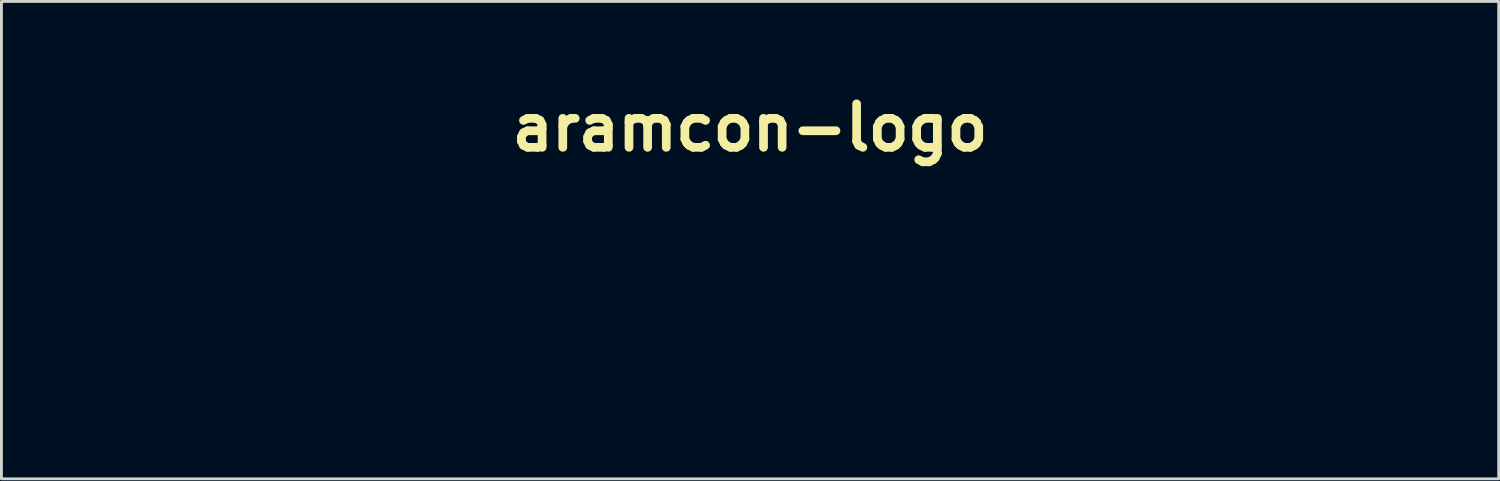
<source format=kicad_pcb>
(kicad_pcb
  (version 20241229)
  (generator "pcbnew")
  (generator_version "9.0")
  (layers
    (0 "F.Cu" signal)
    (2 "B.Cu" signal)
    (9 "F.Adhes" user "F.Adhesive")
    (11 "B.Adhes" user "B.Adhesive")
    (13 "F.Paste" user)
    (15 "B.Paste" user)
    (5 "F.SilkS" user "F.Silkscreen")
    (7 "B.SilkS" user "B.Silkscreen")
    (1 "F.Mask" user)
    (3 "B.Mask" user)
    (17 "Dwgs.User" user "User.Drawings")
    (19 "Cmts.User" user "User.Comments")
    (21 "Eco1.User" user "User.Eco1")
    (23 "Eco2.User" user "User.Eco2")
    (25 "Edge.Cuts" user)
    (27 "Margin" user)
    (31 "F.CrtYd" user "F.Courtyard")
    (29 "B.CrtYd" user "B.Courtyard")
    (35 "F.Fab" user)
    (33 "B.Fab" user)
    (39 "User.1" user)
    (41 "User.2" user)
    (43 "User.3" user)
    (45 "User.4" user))
  (footprint "aramcon-logo"
    (layer "F.Cu")
    (at 23.254 7.607)
    (property "Reference" "aramcon-logo" (at 0 -6.18 0) (layer "F.SilkS") (effects (font (size 1.524 1.524) (thickness 0.305))))
    (attr smd)
    (fp_poly (pts (xy -11.145 2.272) (xy -11.145 1.412) (xy -10.607 1.412) (xy -10.07 1.412) (xy -10.07 2.272) (xy -10.07 3.132) (xy -10.607 3.132) (xy -11.145 3.132) (xy -11.145 2.272)) (stroke (width 0.008) (type solid)) (fill yes) (layer "F.Mask"))
    (fp_poly (pts (xy -0.423 1.291) (xy -0.423 -0.55) (xy 0.114 -0.55) (xy 0.652 -0.55) (xy 0.652 1.291) (xy 0.652 3.132) (xy 0.114 3.132) (xy -0.423 3.132) (xy -0.423 1.291)) (stroke (width 0.008) (type solid)) (fill yes) (layer "F.Mask"))
    (fp_poly (pts (xy 11.85 0.371) (xy 11.84 -0.079) (xy 11.843 -0.429) (xy 12.146 -0.436) (xy 12.448 -0.444) (xy 12.448 0.014) (xy 12.448 0.472) (xy 12.155 0.472) (xy 11.863 0.472) (xy 11.85 0.371) (xy 11.85 0.371)) (stroke (width 0.008) (type solid)) (fill yes) (layer "F.Mask"))
    (fp_poly (pts (xy 10.648 0.015) (xy 10.648 -0.442) (xy 10.943 -0.442) (xy 11.239 -0.442) (xy 11.239 -0.207) (xy 11.256 0.25) (xy 11.274 0.472) (xy 10.961 0.472) (xy 10.648 0.472) (xy 10.648 0.015) (xy 10.648 0.015) (xy 10.648 0.015)) (stroke (width 0.008) (type solid)) (fill yes) (layer "F.Mask"))
    (fp_poly (pts (xy -21.229 2.873) (xy -22.109 2.019) (xy -22.996 1.161) (xy -23.25 0.924) (xy -22.846 0.53) (xy -21.726 -0.557) (xy -21.012 -1.25) (xy -20.653 -1.242) (xy -20.294 -1.235) (xy -20.287 -0.906) (xy -20.279 -0.578) (xy -20.891 0.02) (xy -21.647 0.763) (xy -21.762 0.883) (xy -21.786 0.922) (xy -21.033 1.678) (xy -20.279 2.412) (xy -20.287 2.752) (xy -20.294 3.091) (xy -20.638 3.099) (xy -20.982 3.106) (xy -21.229 2.872) (xy -21.229 2.873)) (stroke (width 0.008) (type solid)) (fill yes) (layer "F.Mask"))
    (fp_poly (pts (xy 20.339 3.087) (xy 20.321 2.741) (xy 20.321 2.413) (xy 21.075 1.67) (xy 21.829 0.928) (xy 21.339 0.418) (xy 20.944 0.018) (xy 20.682 -0.227) (xy 20.417 -0.47) (xy 20.319 -0.578) (xy 20.327 -0.907) (xy 20.335 -1.235) (xy 20.694 -1.242) (xy 21.054 -1.25) (xy 21.393 -0.92) (xy 22.242 -0.093) (xy 23.001 0.64) (xy 23.177 0.817) (xy 23.25 0.912) (xy 23.163 1.015) (xy 22.858 1.322) (xy 21.339 2.802) (xy 21.026 3.105) (xy 20.692 3.105) (xy 20.339 3.087) (xy 20.339 3.087) (xy 20.339 3.087)) (stroke (width 0.008) (type solid)) (fill yes) (layer "F.Mask"))
    (fp_poly (pts (xy -13.859 0.633) (xy -13.859 -1.866) (xy -12.374 -1.873) (xy -10.249 -1.873) (xy -9.93 -1.85) (xy -9.755 -1.802) (xy -9.468 -1.678) (xy -9.213 -1.507) (xy -9.002 -1.299) (xy -8.917 -1.185) (xy -8.847 -1.064) (xy -8.795 -0.938) (xy -8.756 -0.79) (xy -8.711 -0.457) (xy -8.718 -0.114) (xy -8.741 0.045) (xy -8.777 0.187) (xy -8.845 0.353) (xy -8.932 0.505) (xy -9.039 0.644) (xy -9.165 0.768) (xy -9.309 0.877) (xy -9.47 0.969) (xy -9.648 1.045) (xy -9.842 1.105) (xy -9.983 1.129) (xy -10.216 1.145) (xy -11.259 1.163) (xy -12.489 1.175) (xy -12.489 0.635) (xy -12.489 0.096) (xy -11.337 0.096) (xy -10.622 0.093) (xy -10.227 0.078) (xy -10.035 0.04) (xy -9.931 -0.032) (xy -9.865 -0.118) (xy -9.826 -0.22) (xy -9.814 -0.331) (xy -9.827 -0.444) (xy -9.862 -0.551) (xy -9.92 -0.645) (xy -9.997 -0.718) (xy -10.092 -0.764) (xy -10.509 -0.784) (xy -11.474 -0.791) (xy -12.757 -0.791) (xy -12.757 1.17) (xy -12.757 3.132) (xy -13.308 3.132) (xy -13.859 3.132) (xy -13.859 0.633) (xy -13.859 0.633)) (stroke (width 0.008) (type solid)) (fill yes) (layer "F.Mask"))
    (fp_poly (pts (xy 14.63 1.378) (xy 14.638 -0.375) (xy 14.737 -0.639) (xy 14.84 -0.877) (xy 14.948 -1.075) (xy 15.087 -1.257) (xy 15.256 -1.43) (xy 15.44 -1.578) (xy 15.623 -1.689) (xy 15.859 -1.789) (xy 16.128 -1.842) (xy 16.547 -1.862) (xy 17.231 -1.859) (xy 18.115 -1.84) (xy 18.312 -1.822) (xy 18.46 -1.79) (xy 18.657 -1.729) (xy 18.839 -1.652) (xy 19.005 -1.56) (xy 19.156 -1.451) (xy 19.293 -1.326) (xy 19.414 -1.185) (xy 19.521 -1.028) (xy 19.613 -0.854) (xy 19.713 -0.615) (xy 19.744 -0.485) (xy 19.764 -0.31) (xy 19.781 0.284) (xy 19.784 1.391) (xy 19.784 3.132) (xy 19.233 3.132) (xy 18.682 3.132) (xy 18.682 1.459) (xy 18.675 0.219) (xy 18.656 -0.305) (xy 18.607 -0.425) (xy 18.535 -0.527) (xy 18.436 -0.615) (xy 18.309 -0.691) (xy 18.132 -0.778) (xy 17.285 -0.796) (xy 16.675 -0.804) (xy 16.318 -0.781) (xy 16.203 -0.754) (xy 16.114 -0.714) (xy 16.038 -0.658) (xy 15.963 -0.585) (xy 15.892 -0.498) (xy 15.837 -0.392) (xy 15.795 -0.246) (xy 15.766 -0.041) (xy 15.735 0.631) (xy 15.727 1.782) (xy 15.726 3.132) (xy 15.174 3.132) (xy 14.623 3.132) (xy 14.63 1.379) (xy 14.63 1.378)) (stroke (width 0.008) (type solid)) (fill yes) (layer "F.Mask"))
    (fp_poly (pts (xy -2.465 1.423) (xy -2.464 0.315) (xy -2.443 -0.279) (xy -2.419 -0.457) (xy -2.382 -0.595) (xy -2.262 -0.866) (xy -2.176 -1.023) (xy -2.076 -1.17) (xy -1.964 -1.306) (xy -1.839 -1.429) (xy -1.704 -1.539) (xy -1.56 -1.635) (xy -1.407 -1.714) (xy -1.247 -1.778) (xy -1.106 -1.82) (xy -0.94 -1.843) (xy -0.101 -1.86) (xy 0.538 -1.86) (xy 0.98 -1.841) (xy 1.298 -1.797) (xy 1.567 -1.721) (xy 1.754 -1.643) (xy 1.929 -1.542) (xy 2.092 -1.421) (xy 2.24 -1.282) (xy 2.37 -1.128) (xy 2.48 -0.962) (xy 2.567 -0.785) (xy 2.631 -0.601) (xy 2.655 -0.453) (xy 2.67 -0.158) (xy 2.686 1.352) (xy 2.696 3.132) (xy 2.144 3.132) (xy 1.592 3.132) (xy 1.592 1.484) (xy 1.584 0.108) (xy 1.572 -0.171) (xy 1.55 -0.303) (xy 1.48 -0.462) (xy 1.371 -0.592) (xy 1.224 -0.691) (xy 1.041 -0.761) (xy 0.724 -0.783) (xy 0.067 -0.794) (xy -0.799 -0.798) (xy -0.947 -0.726) (xy -1.06 -0.656) (xy -1.154 -0.563) (xy -1.233 -0.444) (xy -1.3 -0.295) (xy -1.328 -0.179) (xy -1.344 0.068) (xy -1.358 1.486) (xy -1.366 3.131) (xy -1.916 3.131) (xy -2.465 3.131) (xy -2.465 1.422) (xy -2.465 1.423)) (stroke (width 0.008) (type solid)) (fill yes) (layer "F.Mask"))
    (fp_poly (pts (xy 4.672 3.089) (xy 4.481 3.045) (xy 4.305 2.986) (xy 4.142 2.91) (xy 3.992 2.816) (xy 3.854 2.704) (xy 3.726 2.573) (xy 3.608 2.423) (xy 3.497 2.251) (xy 3.403 2.062) (xy 3.325 1.861) (xy 3.286 1.723) (xy 3.267 1.548) (xy 3.258 0.638) (xy 3.263 -0.025) (xy 3.283 -0.436) (xy 3.327 -0.69) (xy 3.405 -0.885) (xy 3.497 -1.044) (xy 3.611 -1.194) (xy 3.744 -1.333) (xy 3.895 -1.459) (xy 4.062 -1.572) (xy 4.243 -1.67) (xy 4.437 -1.751) (xy 4.642 -1.815) (xy 4.834 -1.853) (xy 5.167 -1.872) (xy 7.04 -1.873) (xy 8.391 -1.866) (xy 8.384 -1.336) (xy 8.377 -0.805) (xy 6.657 -0.791) (xy 5.318 -0.773) (xy 4.848 -0.745) (xy 4.726 -0.693) (xy 4.617 -0.626) (xy 4.523 -0.55) (xy 4.452 -0.466) (xy 4.373 -0.353) (xy 4.366 0.546) (xy 4.365 1.151) (xy 4.386 1.495) (xy 4.41 1.603) (xy 4.447 1.687) (xy 4.563 1.838) (xy 4.633 1.916) (xy 4.701 1.973) (xy 4.795 2.013) (xy 4.944 2.039) (xy 5.519 2.059) (xy 6.651 2.058) (xy 8.391 2.054) (xy 8.391 2.593) (xy 8.391 3.131) (xy 6.637 3.129) (xy 5.196 3.119) (xy 4.855 3.107) (xy 4.672 3.088) (xy 4.672 3.088) (xy 4.672 3.089)) (stroke (width 0.008) (type solid)) (fill yes) (layer "F.Mask"))
    (fp_poly (pts (xy -19.537 3.114) (xy -19.555 1.412) (xy -19.548 -0.058) (xy -19.532 -0.328) (xy -19.502 -0.485) (xy -19.436 -0.694) (xy -19.347 -0.894) (xy -19.236 -1.081) (xy -19.107 -1.254) (xy -18.963 -1.408) (xy -18.805 -1.542) (xy -18.636 -1.651) (xy -18.458 -1.733) (xy -18.223 -1.808) (xy -17.961 -1.849) (xy -17.567 -1.863) (xy -16.94 -1.859) (xy -16.085 -1.84) (xy -15.891 -1.82) (xy -15.74 -1.788) (xy -15.519 -1.719) (xy -15.318 -1.632) (xy -15.136 -1.525) (xy -14.973 -1.398) (xy -14.828 -1.251) (xy -14.701 -1.082) (xy -14.591 -0.893) (xy -14.497 -0.682) (xy -14.41 -0.455) (xy -14.402 1.338) (xy -14.395 3.132) (xy -14.947 3.132) (xy -15.499 3.132) (xy -15.499 2.151) (xy -15.499 1.17) (xy -16.842 1.17) (xy -18.186 1.17) (xy -18.186 0.633) (xy -18.186 0.095) (xy -16.858 0.095) (xy -15.824 0.089) (xy -15.594 0.079) (xy -15.52 0.065) (xy -15.521 -0.041) (xy -15.55 -0.218) (xy -15.593 -0.397) (xy -15.636 -0.514) (xy -15.722 -0.601) (xy -15.869 -0.689) (xy -16.048 -0.777) (xy -16.981 -0.786) (xy -17.799 -0.785) (xy -17.941 -0.77) (xy -18.022 -0.739) (xy -18.135 -0.667) (xy -18.234 -0.576) (xy -18.315 -0.467) (xy -18.378 -0.342) (xy -18.441 -0.186) (xy -18.448 1.473) (xy -18.456 3.132) (xy -18.988 3.132) (xy -19.537 3.114) (xy -19.537 3.114)) (stroke (width 0.008) (type solid)) (fill yes) (layer "F.Mask"))
    (fp_poly (pts (xy -8.162 1.432) (xy -8.159 0.335) (xy -8.14 -0.269) (xy -8.119 -0.451) (xy -8.088 -0.587) (xy -7.989 -0.827) (xy -7.9 -0.995) (xy -7.797 -1.15) (xy -7.682 -1.292) (xy -7.555 -1.419) (xy -7.417 -1.532) (xy -7.268 -1.63) (xy -7.109 -1.713) (xy -6.94 -1.779) (xy -6.8 -1.821) (xy -6.631 -1.843) (xy -5.763 -1.86) (xy -5 -1.86) (xy -4.609 -1.84) (xy -4.286 -1.763) (xy -3.971 -1.64) (xy -3.693 -1.483) (xy -3.577 -1.397) (xy -3.482 -1.308) (xy -3.367 -1.167) (xy -3.255 -0.995) (xy -3.155 -0.81) (xy -3.079 -0.63) (xy -3.017 -0.455) (xy -3.009 1.338) (xy -3.002 3.132) (xy -3.553 3.132) (xy -4.105 3.132) (xy -4.105 2.151) (xy -4.105 1.17) (xy -4.192 1.166) (xy -5.542 1.159) (xy -6.805 1.156) (xy -6.805 0.632) (xy -6.805 0.108) (xy -5.465 0.102) (xy -4.124 0.095) (xy -4.139 -0.119) (xy -4.178 -0.35) (xy -4.216 -0.443) (xy -4.266 -0.524) (xy -4.331 -0.592) (xy -4.41 -0.65) (xy -4.62 -0.741) (xy -4.732 -0.767) (xy -4.896 -0.782) (xy -5.629 -0.791) (xy -6.288 -0.783) (xy -6.579 -0.761) (xy -6.682 -0.716) (xy -6.776 -0.648) (xy -6.858 -0.561) (xy -6.923 -0.456) (xy -7.001 -0.269) (xy -7.042 0.005) (xy -7.058 0.548) (xy -7.06 1.54) (xy -7.061 3.132) (xy -7.612 3.132) (xy -8.162 3.132) (xy -8.162 1.432) (xy -8.162 1.432) (xy -8.162 1.432)) (stroke (width 0.008) (type solid)) (fill yes) (layer "F.Mask"))
    (fp_poly (pts (xy 12.616 1.968) (xy 14.08 1.427) (xy 14.065 1.674) (xy 14.044 1.817) (xy 13.982 1.994) (xy 13.906 2.16) (xy 13.816 2.314) (xy 13.712 2.456) (xy 13.595 2.585) (xy 13.465 2.7) (xy 13.325 2.801) (xy 13.172 2.886) (xy 12.866 3.014) (xy 12.708 3.057) (xy 12.529 3.088) (xy 12.061 3.122) (xy 11.36 3.13) (xy 10.586 3.12) (xy 10.412 3.104) (xy 10.285 3.075) (xy 10.285 3.075) (xy 10.285 3.075) (xy 10.075 3.003) (xy 9.878 2.91) (xy 9.696 2.799) (xy 9.532 2.67) (xy 9.388 2.527) (xy 9.265 2.369) (xy 9.165 2.2) (xy 9.091 2.021) (xy 9.016 1.761) (xy 8.972 1.476) (xy 8.949 1.082) (xy 8.938 0.492) (xy 8.93 -0.415) (xy 9.005 -0.636) (xy 9.249 -1.221) (xy 9.642 -2.105) (xy 9.95 -2.847) (xy 10.053 -3.115) (xy 10.162 -3.124) (xy 10.271 -3.132) (xy 10.271 -2.473) (xy 10.271 -1.813) (xy 10.52 -1.833) (xy 11.581 -1.852) (xy 12.65 -1.839) (xy 12.838 -1.826) (xy 12.845 -2.479) (xy 12.852 -3.132) (xy 12.947 -3.124) (xy 13.041 -3.115) (xy 13.134 -2.839) (xy 13.275 -2.485) (xy 13.485 -2.02) (xy 13.844 -1.211) (xy 13.938 -0.943) (xy 13.981 -0.751) (xy 14.043 -0.379) (xy 14.079 0.064) (xy 14.091 0.754) (xy 14.08 1.427) (xy 12.616 1.968) (xy 12.746 1.887) (xy 12.84 1.801) (xy 12.921 1.668) (xy 12.966 1.483) (xy 12.984 1.165) (xy 12.987 0.632) (xy 12.978 0.026) (xy 12.96 -0.276) (xy 12.893 -0.432) (xy 12.789 -0.568) (xy 12.655 -0.678) (xy 12.497 -0.755) (xy 12.395 -0.782) (xy 12.241 -0.796) (xy 11.521 -0.803) (xy 10.785 -0.793) (xy 10.639 -0.775) (xy 10.536 -0.741) (xy 10.394 -0.67) (xy 10.266 -0.575) (xy 10.164 -0.467) (xy 10.098 -0.357) (xy 10.052 -0.165) (xy 10.025 0.121) (xy 10.017 0.483) (xy 10.031 0.902) (xy 10.087 1.533) (xy 10.129 1.653) (xy 10.188 1.763) (xy 10.259 1.856) (xy 10.335 1.921) (xy 10.478 1.997) (xy 10.657 2.037) (xy 10.979 2.05) (xy 11.548 2.049) (xy 12.461 2.044) (xy 12.616 1.968) (xy 12.616 1.968)) (stroke (width 0.008) (type solid)) (fill yes) (layer "F.Mask")))
  (gr_rect
    (start -3 -3)
    (end 49.508 13.743)
    (stroke (width 0.1) (type default))
    (fill no)
    (layer "Edge.Cuts")))
</source>
